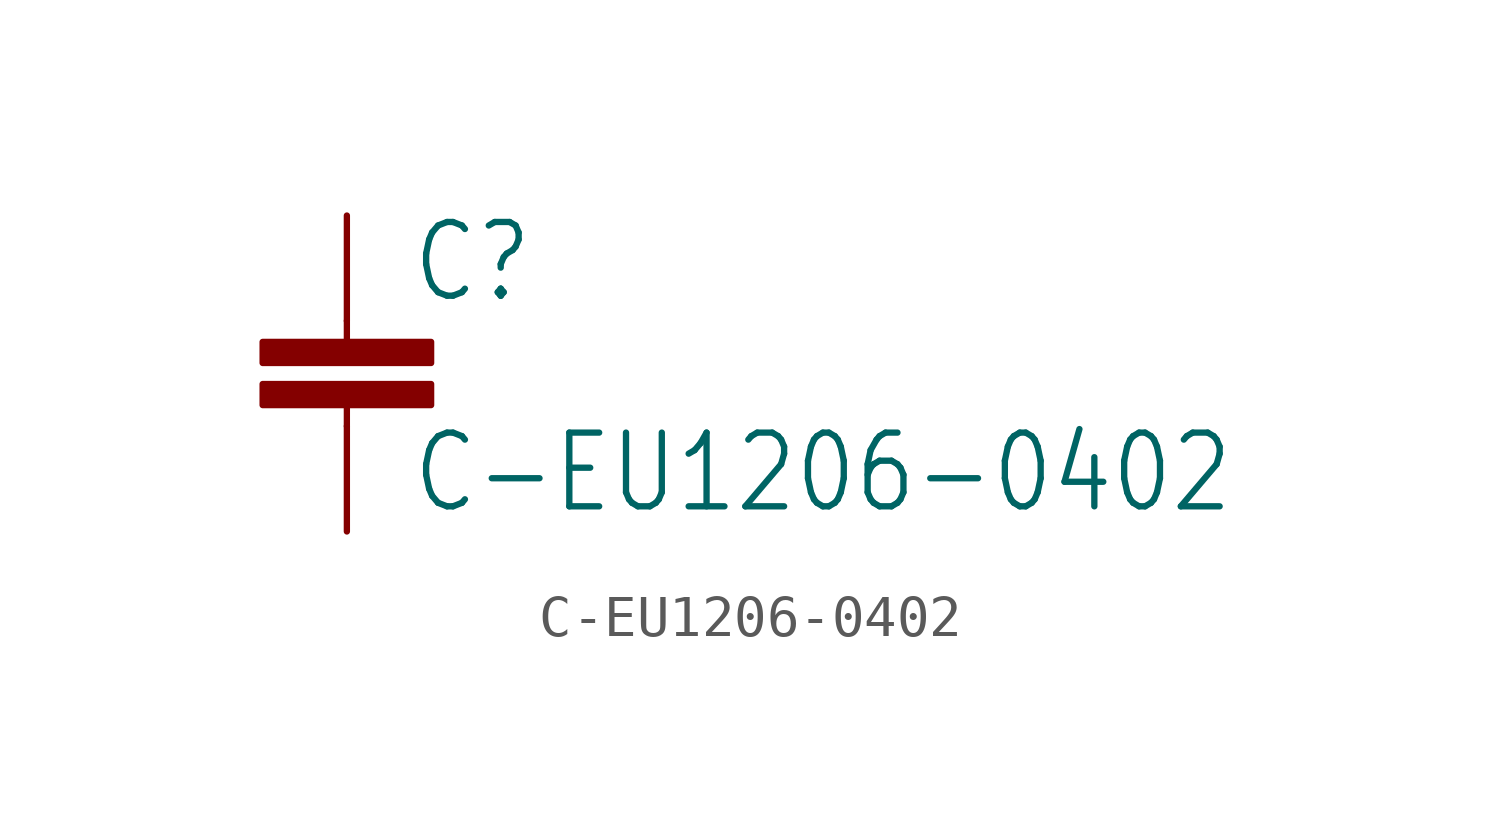
<source format=kicad_sym>
(kicad_symbol_lib
  (version 20211014)
  (generator kicad_symbol_editor)
  (symbol "C-EU1206-0402"
    (property "Reference" "C"
      (at 1.524 0.381 0)
      (effects (font (size 1.778 1.511)) (justify left bottom)))
    (property "Value" "C-EU1206-0402"
      (at 1.524 -4.699 0)
      (effects (font (size 1.778 1.511)) (justify left bottom)))
    (property "ki_locked" ""
      (at 0 0 0)
      (effects (font (size 1.27 1.27))))
    (symbol "C-EU1206-0402_1_0"
      (rectangle (start -2.032 -2.032) (end 2.032 -1.524) (stroke (width 0) (type default)) (fill (type outline)))
      (rectangle (start -2.032 -1.016) (end 2.032 -0.508) (stroke (width 0) (type default)) (fill (type outline)))
      (polyline (pts (xy 0 -2.54) (xy 0 -2.032)) (stroke (width 0.152) (type default)) (fill (type none)))
      (polyline (pts (xy 0 0) (xy 0 -0.508)) (stroke (width 0.152) (type default)) (fill (type none)))
      (pin passive line (at 0 2.54 270) (length 2.54) (name "1" (effects (font (size 0 0)))) (number "1" (effects (font (size 0 0)))))
      (pin passive line (at 0 -5.08 90) (length 2.54) (name "2" (effects (font (size 0 0)))) (number "2" (effects (font (size 0 0))))))))
</source>
